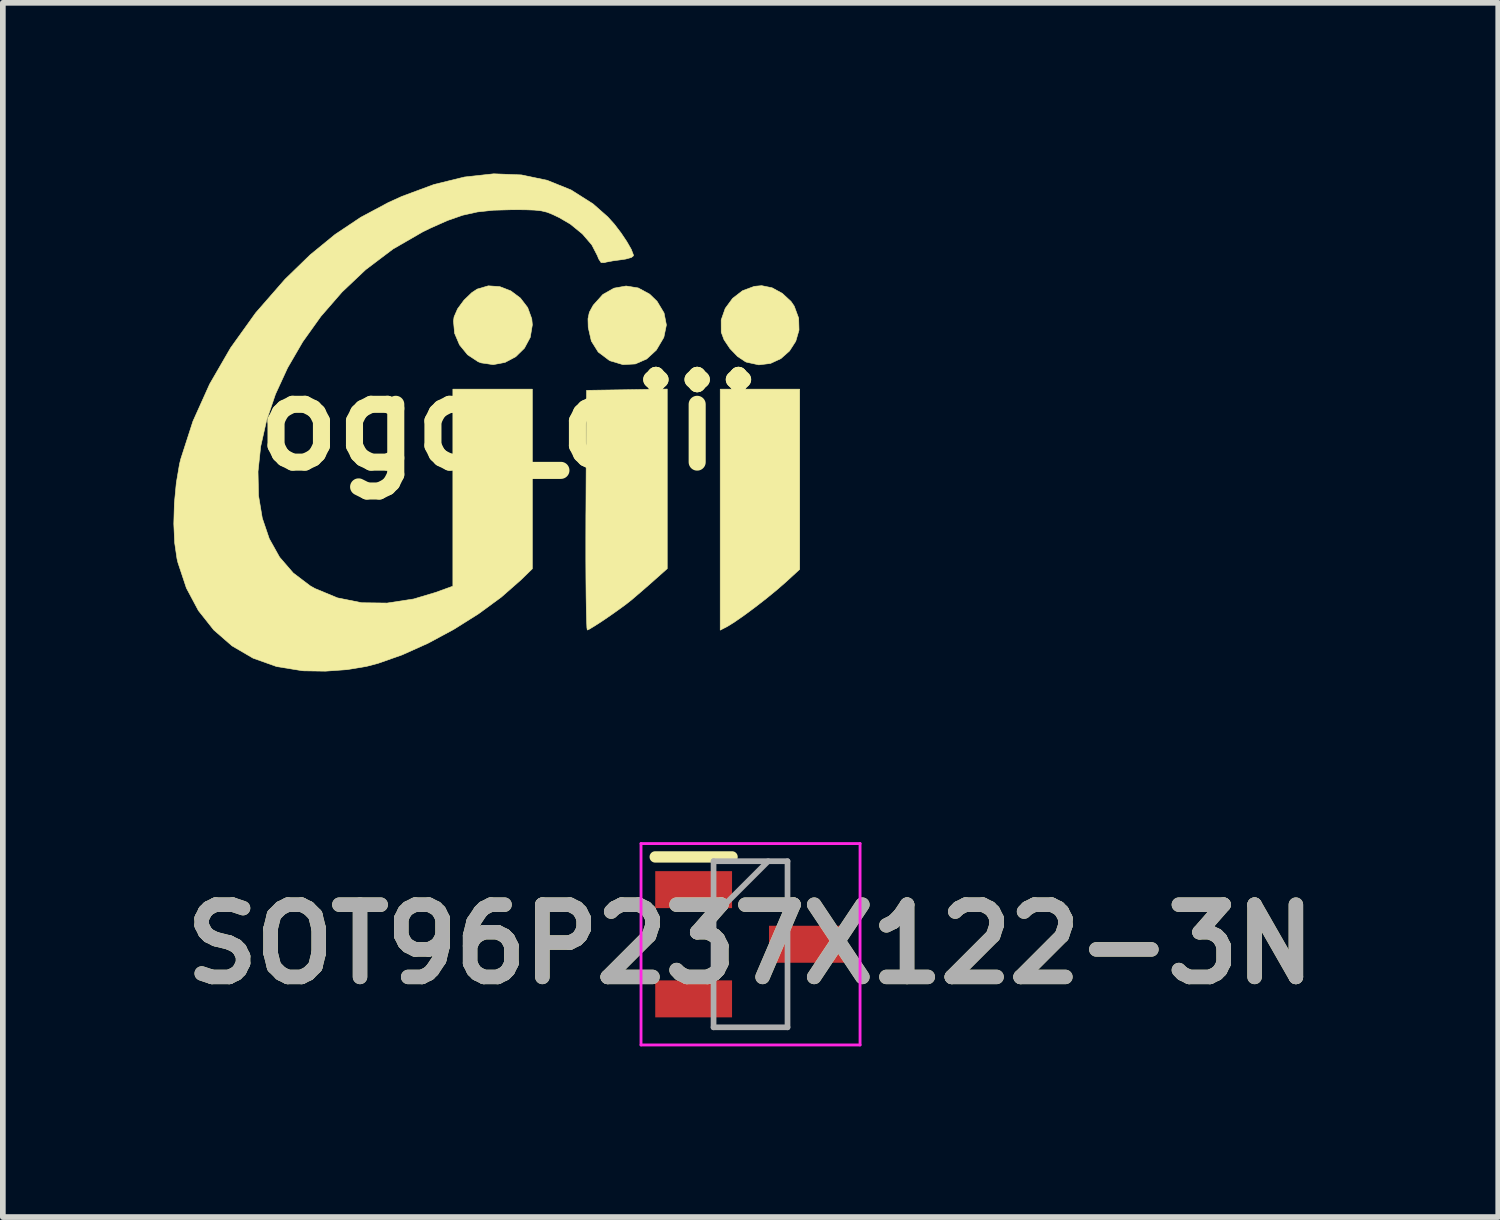
<source format=kicad_pcb>
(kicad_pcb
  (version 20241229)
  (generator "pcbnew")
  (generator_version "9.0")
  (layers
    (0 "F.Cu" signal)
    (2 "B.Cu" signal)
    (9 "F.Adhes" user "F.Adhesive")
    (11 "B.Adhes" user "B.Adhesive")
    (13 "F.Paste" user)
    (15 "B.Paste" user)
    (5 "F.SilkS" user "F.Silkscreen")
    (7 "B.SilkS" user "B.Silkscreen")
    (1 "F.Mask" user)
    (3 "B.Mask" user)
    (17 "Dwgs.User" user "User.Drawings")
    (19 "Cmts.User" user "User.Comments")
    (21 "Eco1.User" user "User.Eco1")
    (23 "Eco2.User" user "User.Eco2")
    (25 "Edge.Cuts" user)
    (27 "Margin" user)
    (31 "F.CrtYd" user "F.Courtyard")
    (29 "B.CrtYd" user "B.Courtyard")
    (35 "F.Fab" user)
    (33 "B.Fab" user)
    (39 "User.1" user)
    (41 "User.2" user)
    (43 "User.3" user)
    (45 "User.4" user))
  (footprint "logo_ciii"
    (layer "F.Cu")
    (at 5.503 4.383)
    (property "Reference" "logo_ciii" (at 0 0 0) (layer "F.SilkS") (effects (font (size 1.524 1.524) (thickness 0.3))))
    (attr through_hole)
    (fp_poly (pts (xy 5.503 2.574) (xy 5.26 2.797) (xy 5.104 2.933) (xy 4.917 3.086) (xy 4.719 3.24) (xy 4.526 3.383) (xy 4.359 3.499) (xy 4.236 3.576) (xy 4.226 3.581) (xy 4.106 3.643) (xy 4.106 -0.593) (xy 5.503 -0.593) (xy 5.503 2.574)) (stroke (width 0.01) (type solid)) (fill yes) (layer "F.SilkS"))
    (fp_poly (pts (xy 0.232 -2.395) (xy 0.426 -2.32) (xy 0.594 -2.194) (xy 0.722 -2.027) (xy 0.794 -1.829) (xy 0.804 -1.723) (xy 0.767 -1.503) (xy 0.665 -1.313) (xy 0.512 -1.163) (xy 0.324 -1.063) (xy 0.116 -1.024) (xy -0.097 -1.055) (xy -0.149 -1.075) (xy -0.334 -1.197) (xy -0.476 -1.371) (xy -0.563 -1.576) (xy -0.582 -1.79) (xy -0.572 -1.863) (xy -0.51 -2.005) (xy -0.398 -2.157) (xy -0.261 -2.289) (xy -0.165 -2.352) (xy 0.03 -2.409) (xy 0.232 -2.395)) (stroke (width 0.01) (type solid)) (fill yes) (layer "F.SilkS"))
    (fp_poly (pts (xy 2.665 -2.372) (xy 2.866 -2.263) (xy 2.996 -2.137) (xy 3.119 -1.932) (xy 3.16 -1.721) (xy 3.116 -1.507) (xy 3.112 -1.498) (xy 2.983 -1.279) (xy 2.813 -1.123) (xy 2.614 -1.036) (xy 2.397 -1.024) (xy 2.175 -1.09) (xy 2.152 -1.102) (xy 1.962 -1.245) (xy 1.841 -1.438) (xy 1.786 -1.679) (xy 1.782 -1.831) (xy 1.806 -1.944) (xy 1.869 -2.06) (xy 1.879 -2.074) (xy 2.043 -2.257) (xy 2.239 -2.368) (xy 2.451 -2.406) (xy 2.665 -2.372)) (stroke (width 0.01) (type solid)) (fill yes) (layer "F.SilkS"))
    (fp_poly (pts (xy 5.017 -2.375) (xy 5.198 -2.276) (xy 5.351 -2.134) (xy 5.407 -2.052) (xy 5.485 -1.841) (xy 5.491 -1.631) (xy 5.434 -1.435) (xy 5.324 -1.264) (xy 5.173 -1.13) (xy 4.99 -1.045) (xy 4.785 -1.02) (xy 4.569 -1.067) (xy 4.548 -1.076) (xy 4.411 -1.167) (xy 4.278 -1.305) (xy 4.173 -1.462) (xy 4.124 -1.594) (xy 4.123 -1.809) (xy 4.194 -2.012) (xy 4.324 -2.189) (xy 4.498 -2.323) (xy 4.705 -2.4) (xy 4.835 -2.412) (xy 5.017 -2.375)) (stroke (width 0.01) (type solid)) (fill yes) (layer "F.SilkS"))
    (fp_poly (pts (xy 3.175 2.562) (xy 2.932 2.778) (xy 2.793 2.9) (xy 2.66 3.015) (xy 2.562 3.099) (xy 2.56 3.101) (xy 2.458 3.182) (xy 2.323 3.281) (xy 2.173 3.387) (xy 2.025 3.488) (xy 1.896 3.571) (xy 1.805 3.626) (xy 1.77 3.641) (xy 1.763 3.6) (xy 1.758 3.482) (xy 1.753 3.296) (xy 1.749 3.049) (xy 1.746 2.75) (xy 1.744 2.406) (xy 1.744 2.026) (xy 1.745 1.617) (xy 1.746 1.535) (xy 1.757 -0.572) (xy 2.466 -0.583) (xy 3.175 -0.595) (xy 3.175 2.562)) (stroke (width 0.01) (type solid)) (fill yes) (layer "F.SilkS"))
    (fp_poly (pts (xy 0.61 -4.359) (xy 1.064 -4.264) (xy 1.485 -4.094) (xy 1.87 -3.85) (xy 2.13 -3.621) (xy 2.246 -3.492) (xy 2.362 -3.34) (xy 2.465 -3.186) (xy 2.543 -3.05) (xy 2.58 -2.953) (xy 2.582 -2.938) (xy 2.544 -2.907) (xy 2.446 -2.88) (xy 2.36 -2.867) (xy 2.219 -2.848) (xy 2.106 -2.827) (xy 2.068 -2.816) (xy 2.012 -2.818) (xy 1.968 -2.885) (xy 1.949 -2.936) (xy 1.849 -3.129) (xy 1.684 -3.321) (xy 1.472 -3.494) (xy 1.279 -3.607) (xy 1.16 -3.664) (xy 1.062 -3.703) (xy 0.963 -3.727) (xy 0.844 -3.74) (xy 0.683 -3.746) (xy 0.459 -3.747) (xy 0.445 -3.747) (xy 0.12 -3.738) (xy -0.16 -3.708) (xy -0.421 -3.65) (xy -0.688 -3.557) (xy -0.987 -3.424) (xy -1.122 -3.358) (xy -1.645 -3.056) (xy -2.127 -2.692) (xy -2.541 -2.3) (xy -2.913 -1.872) (xy -3.232 -1.425) (xy -3.498 -0.967) (xy -3.711 -0.504) (xy -3.868 -0.041) (xy -3.971 0.414) (xy -4.018 0.856) (xy -4.009 1.278) (xy -3.943 1.674) (xy -3.82 2.036) (xy -3.639 2.36) (xy -3.399 2.638) (xy -3.101 2.864) (xy -3.016 2.912) (xy -2.62 3.076) (xy -2.196 3.161) (xy -1.749 3.167) (xy -1.282 3.095) (xy -0.9 2.981) (xy -0.593 2.87) (xy -0.593 -0.593) (xy 0.804 -0.593) (xy 0.804 2.564) (xy 0.603 2.76) (xy 0.259 3.062) (xy -0.142 3.356) (xy -0.578 3.63) (xy -1.031 3.874) (xy -1.483 4.077) (xy -1.912 4.228) (xy -2.111 4.28) (xy -2.453 4.337) (xy -2.833 4.364) (xy -3.207 4.358) (xy -3.24 4.356) (xy -3.691 4.283) (xy -4.104 4.136) (xy -4.474 3.92) (xy -4.796 3.64) (xy -5.066 3.299) (xy -5.277 2.903) (xy -5.426 2.455) (xy -5.442 2.388) (xy -5.483 2.107) (xy -5.498 1.773) (xy -5.488 1.414) (xy -5.454 1.055) (xy -5.398 0.725) (xy -5.376 0.635) (xy -5.162 -0.028) (xy -4.868 -0.682) (xy -4.499 -1.32) (xy -4.059 -1.934) (xy -3.552 -2.515) (xy -3.54 -2.528) (xy -3.101 -2.954) (xy -2.665 -3.311) (xy -2.213 -3.613) (xy -1.727 -3.873) (xy -1.487 -3.982) (xy -0.926 -4.19) (xy -0.388 -4.322) (xy 0.125 -4.378) (xy 0.61 -4.359)) (stroke (width 0.01) (type solid)) (fill yes) (layer "F.SilkS")))
  (footprint "SOT96P237X122-3N"
    (layer "F.Cu")
    (at 10.142 13.547)
    (property "Reference" "SOT96P237X122-3N" (at 0 0 0) (layer "F.SilkS") (effects (font (size 1.27 1.27) (thickness 0.254))))
    (attr smd)
    (fp_line (start -1.675 -1.535) (end -0.325 -1.535) (stroke (width 0.2) (type solid)) (layer "F.SilkS"))
    (fp_line (start -1.925 -1.77) (end 1.925 -1.77) (stroke (width 0.05) (type solid)) (layer "F.CrtYd"))
    (fp_line (start -1.925 1.77) (end -1.925 -1.77) (stroke (width 0.05) (type solid)) (layer "F.CrtYd"))
    (fp_line (start 1.925 -1.77) (end 1.925 1.77) (stroke (width 0.05) (type solid)) (layer "F.CrtYd"))
    (fp_line (start 1.925 1.77) (end -1.925 1.77) (stroke (width 0.05) (type solid)) (layer "F.CrtYd"))
    (fp_line (start -0.65 -1.46) (end 0.65 -1.46) (stroke (width 0.1) (type solid)) (layer "F.Fab"))
    (fp_line (start -0.65 -0.5) (end 0.31 -1.46) (stroke (width 0.1) (type solid)) (layer "F.Fab"))
    (fp_line (start -0.65 1.46) (end -0.65 -1.46) (stroke (width 0.1) (type solid)) (layer "F.Fab"))
    (fp_line (start 0.65 -1.46) (end 0.65 1.46) (stroke (width 0.1) (type solid)) (layer "F.Fab"))
    (fp_line (start 0.65 1.46) (end -0.65 1.46) (stroke (width 0.1) (type solid)) (layer "F.Fab"))
    (fp_text user "${REFERENCE}" (at 0 0 0) (layer "F.Fab") (effects (font (size 1.27 1.27) (thickness 0.254))))
    (pad "1" smd rect (at -1 -0.96 90) (size 0.65 1.35) (layers "F.Cu" "F.Mask" "F.Paste"))
    (pad "2" smd rect (at -1 0.96 90) (size 0.65 1.35) (layers "F.Cu" "F.Mask" "F.Paste"))
    (pad "3" smd rect (at 1 0 90) (size 0.65 1.35) (layers "F.Cu" "F.Mask" "F.Paste")))
  (gr_rect
    (start -3 -3)
    (end 23.284 18.342)
    (stroke (width 0.1) (type default))
    (fill no)
    (layer "Edge.Cuts")))
</source>
